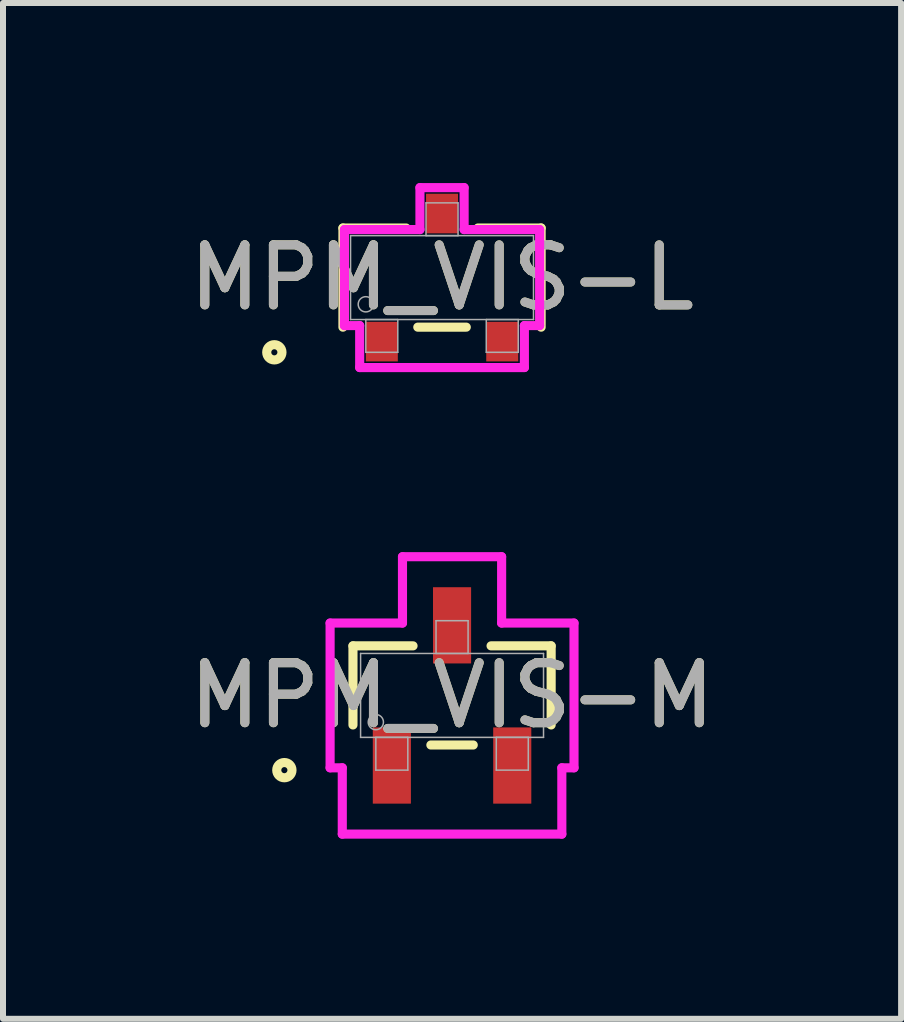
<source format=kicad_pcb>
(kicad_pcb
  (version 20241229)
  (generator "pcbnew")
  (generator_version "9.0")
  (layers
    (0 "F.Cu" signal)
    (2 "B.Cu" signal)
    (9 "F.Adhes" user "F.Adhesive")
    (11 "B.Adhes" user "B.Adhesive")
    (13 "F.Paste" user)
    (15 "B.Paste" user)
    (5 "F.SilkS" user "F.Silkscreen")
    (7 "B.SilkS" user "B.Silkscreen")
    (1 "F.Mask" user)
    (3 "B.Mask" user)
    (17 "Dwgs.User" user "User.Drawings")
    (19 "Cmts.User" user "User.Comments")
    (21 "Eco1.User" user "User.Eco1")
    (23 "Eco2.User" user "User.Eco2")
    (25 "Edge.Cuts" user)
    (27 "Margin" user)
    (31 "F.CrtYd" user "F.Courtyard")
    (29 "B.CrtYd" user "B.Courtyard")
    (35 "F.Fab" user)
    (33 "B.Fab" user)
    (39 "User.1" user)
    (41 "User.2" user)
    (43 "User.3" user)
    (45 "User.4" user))
  (footprint "MPM_VIS-L"
    (layer "F.Cu")
    (at 4.315 1.575)
    (property "Reference" "MPM_VIS-L" (at 0 0 0) (unlocked yes) (layer "F.SilkS") (effects (font (size 1 1) (thickness 0.15))))
    (attr smd)
    (fp_line (start -1.651 -0.826) (end -1.651 0.826) (stroke (width 0.152) (type solid)) (layer "F.SilkS"))
    (fp_line (start -0.599 -0.826) (end -1.651 -0.826) (stroke (width 0.152) (type solid)) (layer "F.SilkS"))
    (fp_line (start -0.404 0.826) (end 0.404 0.826) (stroke (width 0.152) (type solid)) (layer "F.SilkS"))
    (fp_line (start 1.651 -0.826) (end 0.599 -0.826) (stroke (width 0.152) (type solid)) (layer "F.SilkS"))
    (fp_line (start 1.651 0.826) (end 1.651 -0.826) (stroke (width 0.152) (type solid)) (layer "F.SilkS"))
    (fp_circle (center -2.794 1.245) (end -2.667 1.245) (stroke (width 0.152) (type solid)) (fill no) (layer "F.SilkS"))
    (fp_line (start -1.626 -0.8) (end -0.368 -0.8) (stroke (width 0.152) (type solid)) (layer "F.CrtYd"))
    (fp_line (start -1.626 0.8) (end -1.626 -0.8) (stroke (width 0.152) (type solid)) (layer "F.CrtYd"))
    (fp_line (start -1.626 0.8) (end -1.372 0.8) (stroke (width 0.152) (type solid)) (layer "F.CrtYd"))
    (fp_line (start -1.372 0.8) (end -1.372 1.499) (stroke (width 0.152) (type solid)) (layer "F.CrtYd"))
    (fp_line (start -1.372 1.499) (end 1.372 1.499) (stroke (width 0.152) (type solid)) (layer "F.CrtYd"))
    (fp_line (start -0.368 -1.499) (end 0.368 -1.499) (stroke (width 0.152) (type solid)) (layer "F.CrtYd"))
    (fp_line (start -0.368 -0.8) (end -0.368 -1.499) (stroke (width 0.152) (type solid)) (layer "F.CrtYd"))
    (fp_line (start 0.368 -0.8) (end 0.368 -1.499) (stroke (width 0.152) (type solid)) (layer "F.CrtYd"))
    (fp_line (start 1.372 0.8) (end 1.372 1.499) (stroke (width 0.152) (type solid)) (layer "F.CrtYd"))
    (fp_line (start 1.626 -0.8) (end 0.368 -0.8) (stroke (width 0.152) (type solid)) (layer "F.CrtYd"))
    (fp_line (start 1.626 -0.8) (end 1.626 0.8) (stroke (width 0.152) (type solid)) (layer "F.CrtYd"))
    (fp_line (start 1.626 0.8) (end 1.372 0.8) (stroke (width 0.152) (type solid)) (layer "F.CrtYd"))
    (fp_line (start -1.524 -0.699) (end -1.524 0.699) (stroke (width 0.025) (type solid)) (layer "F.Fab"))
    (fp_line (start -1.524 0.699) (end 1.524 0.699) (stroke (width 0.025) (type solid)) (layer "F.Fab"))
    (fp_line (start -1.27 0.699) (end -1.27 1.245) (stroke (width 0.025) (type solid)) (layer "F.Fab"))
    (fp_line (start -1.27 1.245) (end -0.737 1.245) (stroke (width 0.025) (type solid)) (layer "F.Fab"))
    (fp_line (start -0.737 0.699) (end -1.27 0.699) (stroke (width 0.025) (type solid)) (layer "F.Fab"))
    (fp_line (start -0.737 1.245) (end -0.737 0.699) (stroke (width 0.025) (type solid)) (layer "F.Fab"))
    (fp_line (start -0.267 -1.245) (end -0.267 -0.699) (stroke (width 0.025) (type solid)) (layer "F.Fab"))
    (fp_line (start -0.267 -0.699) (end 0.267 -0.699) (stroke (width 0.025) (type solid)) (layer "F.Fab"))
    (fp_line (start 0.267 -1.245) (end -0.267 -1.245) (stroke (width 0.025) (type solid)) (layer "F.Fab"))
    (fp_line (start 0.267 -0.699) (end 0.267 -1.245) (stroke (width 0.025) (type solid)) (layer "F.Fab"))
    (fp_line (start 0.737 0.699) (end 0.737 1.245) (stroke (width 0.025) (type solid)) (layer "F.Fab"))
    (fp_line (start 0.737 1.245) (end 1.27 1.245) (stroke (width 0.025) (type solid)) (layer "F.Fab"))
    (fp_line (start 1.27 0.699) (end 0.737 0.699) (stroke (width 0.025) (type solid)) (layer "F.Fab"))
    (fp_line (start 1.27 1.245) (end 1.27 0.699) (stroke (width 0.025) (type solid)) (layer "F.Fab"))
    (fp_line (start 1.524 -0.699) (end -1.524 -0.699) (stroke (width 0.025) (type solid)) (layer "F.Fab"))
    (fp_line (start 1.524 0.699) (end 1.524 -0.699) (stroke (width 0.025) (type solid)) (layer "F.Fab"))
    (fp_circle (center -1.27 0.445) (end -1.143 0.445) (stroke (width 0.025) (type solid)) (fill no) (layer "F.Fab"))
    (fp_text user "${REFERENCE}" (at 0 0 0) (unlocked yes) (layer "F.Fab") (effects (font (size 1 1) (thickness 0.15))))
    (pad "1" smd rect (at -1.003 1.067) (size 0.533 0.66) (layers "F.Cu" "F.Mask" "F.Paste"))
    (pad "2" smd rect (at 1.003 1.067) (size 0.533 0.66) (layers "F.Cu" "F.Mask" "F.Paste"))
    (pad "3" smd rect (at 0 -1.067) (size 0.533 0.66) (layers "F.Cu" "F.Mask" "F.Paste")))
  (footprint "MPM_VIS-M"
    (layer "F.Cu")
    (at 4.482 8.537)
    (property "Reference" "MPM_VIS-M" (at 0 0 0) (unlocked yes) (layer "F.SilkS") (effects (font (size 1 1) (thickness 0.15))))
    (attr smd)
    (fp_line (start -1.651 -0.826) (end -1.651 0.492) (stroke (width 0.152) (type solid)) (layer "F.SilkS"))
    (fp_line (start -0.65 -0.826) (end -1.651 -0.826) (stroke (width 0.152) (type solid)) (layer "F.SilkS"))
    (fp_line (start -0.353 0.826) (end 0.353 0.826) (stroke (width 0.152) (type solid)) (layer "F.SilkS"))
    (fp_line (start 1.651 -0.826) (end 0.65 -0.826) (stroke (width 0.152) (type solid)) (layer "F.SilkS"))
    (fp_line (start 1.651 0.492) (end 1.651 -0.826) (stroke (width 0.152) (type solid)) (layer "F.SilkS"))
    (fp_circle (center -2.794 1.245) (end -2.667 1.245) (stroke (width 0.152) (type solid)) (fill no) (layer "F.SilkS"))
    (fp_line (start -2.032 -1.206) (end -0.826 -1.206) (stroke (width 0.152) (type solid)) (layer "F.CrtYd"))
    (fp_line (start -2.032 1.206) (end -2.032 -1.206) (stroke (width 0.152) (type solid)) (layer "F.CrtYd"))
    (fp_line (start -2.032 1.206) (end -1.829 1.206) (stroke (width 0.152) (type solid)) (layer "F.CrtYd"))
    (fp_line (start -1.829 1.206) (end -1.829 2.311) (stroke (width 0.152) (type solid)) (layer "F.CrtYd"))
    (fp_line (start -1.829 2.311) (end 1.829 2.311) (stroke (width 0.152) (type solid)) (layer "F.CrtYd"))
    (fp_line (start -0.826 -2.311) (end 0.826 -2.311) (stroke (width 0.152) (type solid)) (layer "F.CrtYd"))
    (fp_line (start -0.826 -1.206) (end -0.826 -2.311) (stroke (width 0.152) (type solid)) (layer "F.CrtYd"))
    (fp_line (start 0.826 -1.206) (end 0.826 -2.311) (stroke (width 0.152) (type solid)) (layer "F.CrtYd"))
    (fp_line (start 1.829 1.206) (end 1.829 2.311) (stroke (width 0.152) (type solid)) (layer "F.CrtYd"))
    (fp_line (start 2.032 -1.206) (end 0.826 -1.206) (stroke (width 0.152) (type solid)) (layer "F.CrtYd"))
    (fp_line (start 2.032 -1.206) (end 2.032 1.206) (stroke (width 0.152) (type solid)) (layer "F.CrtYd"))
    (fp_line (start 2.032 1.206) (end 1.829 1.206) (stroke (width 0.152) (type solid)) (layer "F.CrtYd"))
    (fp_line (start -1.524 -0.699) (end -1.524 0.699) (stroke (width 0.025) (type solid)) (layer "F.Fab"))
    (fp_line (start -1.524 0.699) (end 1.524 0.699) (stroke (width 0.025) (type solid)) (layer "F.Fab"))
    (fp_line (start -1.27 0.699) (end -1.27 1.245) (stroke (width 0.025) (type solid)) (layer "F.Fab"))
    (fp_line (start -1.27 1.245) (end -0.737 1.245) (stroke (width 0.025) (type solid)) (layer "F.Fab"))
    (fp_line (start -0.737 0.699) (end -1.27 0.699) (stroke (width 0.025) (type solid)) (layer "F.Fab"))
    (fp_line (start -0.737 1.245) (end -0.737 0.699) (stroke (width 0.025) (type solid)) (layer "F.Fab"))
    (fp_line (start -0.267 -1.245) (end -0.267 -0.699) (stroke (width 0.025) (type solid)) (layer "F.Fab"))
    (fp_line (start -0.267 -0.699) (end 0.267 -0.699) (stroke (width 0.025) (type solid)) (layer "F.Fab"))
    (fp_line (start 0.267 -1.245) (end -0.267 -1.245) (stroke (width 0.025) (type solid)) (layer "F.Fab"))
    (fp_line (start 0.267 -0.699) (end 0.267 -1.245) (stroke (width 0.025) (type solid)) (layer "F.Fab"))
    (fp_line (start 0.737 0.699) (end 0.737 1.245) (stroke (width 0.025) (type solid)) (layer "F.Fab"))
    (fp_line (start 0.737 1.245) (end 1.27 1.245) (stroke (width 0.025) (type solid)) (layer "F.Fab"))
    (fp_line (start 1.27 0.699) (end 0.737 0.699) (stroke (width 0.025) (type solid)) (layer "F.Fab"))
    (fp_line (start 1.27 1.245) (end 1.27 0.699) (stroke (width 0.025) (type solid)) (layer "F.Fab"))
    (fp_line (start 1.524 -0.699) (end -1.524 -0.699) (stroke (width 0.025) (type solid)) (layer "F.Fab"))
    (fp_line (start 1.524 0.699) (end 1.524 -0.699) (stroke (width 0.025) (type solid)) (layer "F.Fab"))
    (fp_circle (center -1.27 0.445) (end -1.143 0.445) (stroke (width 0.025) (type solid)) (fill no) (layer "F.Fab"))
    (fp_text user "${REFERENCE}" (at 0 0 0) (unlocked yes) (layer "F.Fab") (effects (font (size 1 1) (thickness 0.15))))
    (pad "1" smd rect (at -1.003 1.168) (size 0.635 1.27) (layers "F.Cu" "F.Mask" "F.Paste"))
    (pad "2" smd rect (at 1.003 1.168) (size 0.635 1.27) (layers "F.Cu" "F.Mask" "F.Paste"))
    (pad "3" smd rect (at 0 -1.168) (size 0.635 1.27) (layers "F.Cu" "F.Mask" "F.Paste")))
  (gr_rect
    (start -3 -3)
    (end 11.964 13.925)
    (stroke (width 0.1) (type default))
    (fill no)
    (layer "Edge.Cuts")))
</source>
